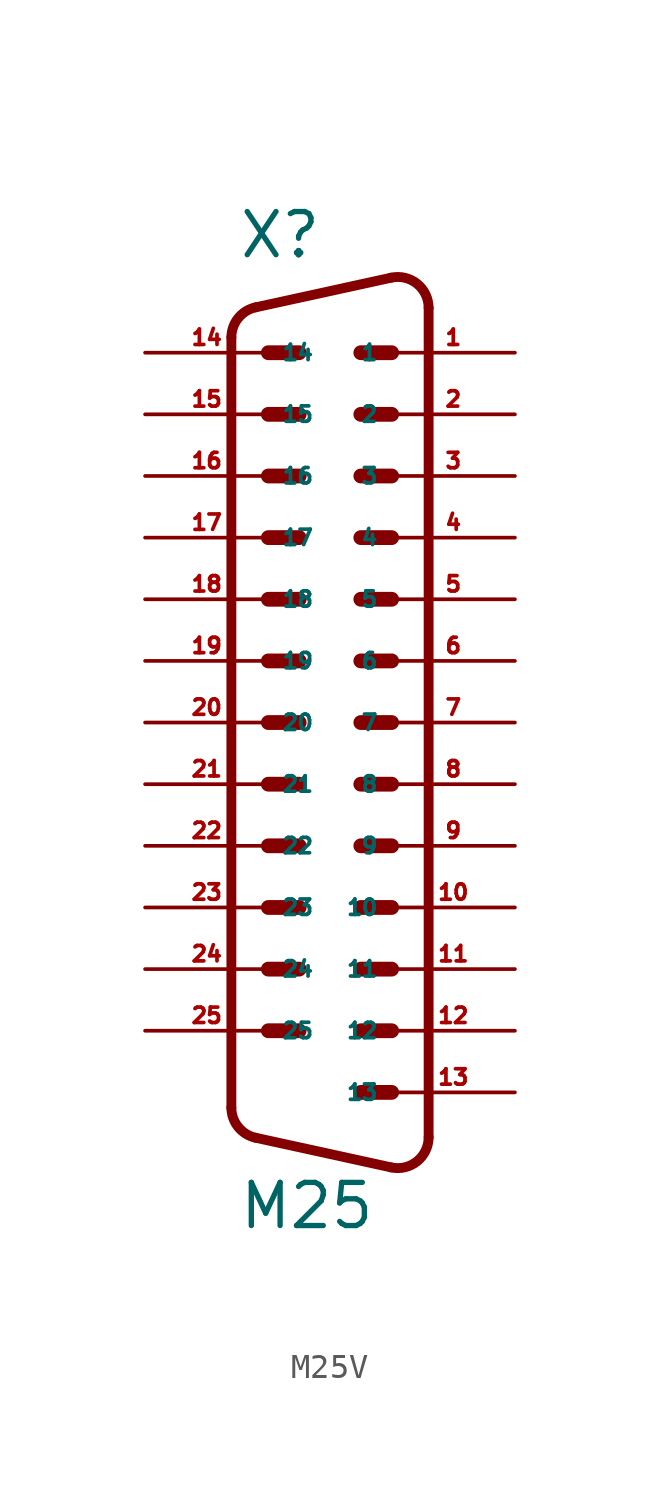
<source format=kicad_sym>
(kicad_symbol_lib
  (version 20220914)
  (generator Eagle2Kicad)
  (symbol "M25V"
    (property "Reference" "X"
      (at -3.81 16.51 0)
      (effects (font (size 1.778 1.778) (thickness 0.22)) (justify left bottom)))
    (property "Value" "M25"
      (at -3.81 -23.495 0)
      (effects (font (size 1.778 1.778) (thickness 0.22)) (justify left bottom)))
    (polyline
      (pts (xy 1.27 12.7) (xy 2.54 12.7))
      (stroke (width 0.61) (type default))
      (fill (type none)))
    (polyline
      (pts (xy -2.54 12.7) (xy -1.27 12.7))
      (stroke (width 0.61) (type default))
      (fill (type none)))
    (polyline
      (pts (xy 1.27 7.62) (xy 2.54 7.62))
      (stroke (width 0.61) (type default))
      (fill (type none)))
    (polyline
      (pts (xy -2.54 10.16) (xy -1.27 10.16))
      (stroke (width 0.61) (type default))
      (fill (type none)))
    (polyline
      (pts (xy 1.27 2.54) (xy 2.54 2.54))
      (stroke (width 0.61) (type default))
      (fill (type none)))
    (polyline
      (pts (xy -2.54 7.62) (xy -1.27 7.62))
      (stroke (width 0.61) (type default))
      (fill (type none)))
    (polyline
      (pts (xy 1.27 -2.54) (xy 2.54 -2.54))
      (stroke (width 0.61) (type default))
      (fill (type none)))
    (polyline
      (pts (xy -2.54 5.08) (xy -1.27 5.08))
      (stroke (width 0.61) (type default))
      (fill (type none)))
    (polyline
      (pts (xy 1.27 -7.62) (xy 2.54 -7.62))
      (stroke (width 0.61) (type default))
      (fill (type none)))
    (polyline
      (pts (xy -2.54 2.54) (xy -1.27 2.54))
      (stroke (width 0.61) (type default))
      (fill (type none)))
    (polyline
      (pts (xy 1.27 -12.7) (xy 2.54 -12.7))
      (stroke (width 0.61) (type default))
      (fill (type none)))
    (polyline
      (pts (xy -2.54 0) (xy -1.27 0))
      (stroke (width 0.61) (type default))
      (fill (type none)))
    (polyline
      (pts (xy 1.27 -17.78) (xy 2.54 -17.78))
      (stroke (width 0.61) (type default))
      (fill (type none)))
    (polyline
      (pts (xy -2.54 -2.54) (xy -1.27 -2.54))
      (stroke (width 0.61) (type default))
      (fill (type none)))
    (polyline
      (pts (xy 1.27 10.16) (xy 2.54 10.16))
      (stroke (width 0.61) (type default))
      (fill (type none)))
    (polyline
      (pts (xy -2.54 -5.08) (xy -1.27 -5.08))
      (stroke (width 0.61) (type default))
      (fill (type none)))
    (polyline
      (pts (xy 1.27 5.08) (xy 2.54 5.08))
      (stroke (width 0.61) (type default))
      (fill (type none)))
    (polyline
      (pts (xy -2.54 -7.62) (xy -1.27 -7.62))
      (stroke (width 0.61) (type default))
      (fill (type none)))
    (polyline
      (pts (xy 1.27 0) (xy 2.54 0))
      (stroke (width 0.61) (type default))
      (fill (type none)))
    (polyline
      (pts (xy -2.54 -10.16) (xy -1.27 -10.16))
      (stroke (width 0.61) (type default))
      (fill (type none)))
    (polyline
      (pts (xy 1.27 -5.08) (xy 2.54 -5.08))
      (stroke (width 0.61) (type default))
      (fill (type none)))
    (polyline
      (pts (xy -2.54 -12.7) (xy -1.27 -12.7))
      (stroke (width 0.61) (type default))
      (fill (type none)))
    (polyline
      (pts (xy 1.27 -10.16) (xy 2.54 -10.16))
      (stroke (width 0.61) (type default))
      (fill (type none)))
    (polyline
      (pts (xy -2.54 -15.24) (xy -1.27 -15.24))
      (stroke (width 0.61) (type default))
      (fill (type none)))
    (polyline
      (pts (xy 1.27 -15.24) (xy 2.54 -15.24))
      (stroke (width 0.61) (type default))
      (fill (type none)))
    (arc
      (start 2.5226 -20.8718)
      (mid 3.590 -20.620)
      (end 4.0637 -19.6312)
      (stroke (width 0.4064) (type default))
      (fill (type none)))
    (polyline
      (pts (xy 2.523 -20.872) (xy -3.065 -19.649))
      (stroke (width 0.406) (type default))
      (fill (type none)))
    (arc
      (start -4.064 -18.4088)
      (mid -3.783 -19.205)
      (end -3.0654 -19.6494)
      (stroke (width 0.4064) (type default))
      (fill (type none)))
    (polyline
      (pts (xy -4.064 13.329) (xy -4.064 -18.409))
      (stroke (width 0.406) (type default))
      (fill (type none)))
    (arc
      (start -3.0654 14.5694)
      (mid -3.783 14.125)
      (end -4.064 13.3288)
      (stroke (width 0.4064) (type default))
      (fill (type none)))
    (polyline
      (pts (xy 4.064 14.551) (xy 4.064 -19.631))
      (stroke (width 0.406) (type default))
      (fill (type none)))
    (polyline
      (pts (xy 2.523 15.792) (xy -3.065 14.569))
      (stroke (width 0.406) (type default))
      (fill (type none)))
    (arc
      (start 4.064 14.5512)
      (mid 3.590 15.541)
      (end 2.5226 15.7919)
      (stroke (width 0.4064) (type default))
      (fill (type none)))
    (pin passive line
      (at 7.62 12.7 180)
      (length 5.08)
      (name "1" (effects (font (size 0.635 0.635) (thickness 0.08)) (justify left bottom)))
      (number "1" (effects (font (size 0.635 0.635) (thickness 0.08)) (justify left bottom))))
    (pin passive line
      (at -7.62 12.7 0)
      (length 5.08)
      (name "14" (effects (font (size 0.635 0.635) (thickness 0.08)) (justify left bottom)))
      (number "14" (effects (font (size 0.635 0.635) (thickness 0.08)) (justify left bottom))))
    (pin passive line
      (at 7.62 10.16 180)
      (length 5.08)
      (name "2" (effects (font (size 0.635 0.635) (thickness 0.08)) (justify left bottom)))
      (number "2" (effects (font (size 0.635 0.635) (thickness 0.08)) (justify left bottom))))
    (pin passive line
      (at -7.62 10.16 0)
      (length 5.08)
      (name "15" (effects (font (size 0.635 0.635) (thickness 0.08)) (justify left bottom)))
      (number "15" (effects (font (size 0.635 0.635) (thickness 0.08)) (justify left bottom))))
    (pin passive line
      (at 7.62 7.62 180)
      (length 5.08)
      (name "3" (effects (font (size 0.635 0.635) (thickness 0.08)) (justify left bottom)))
      (number "3" (effects (font (size 0.635 0.635) (thickness 0.08)) (justify left bottom))))
    (pin passive line
      (at -7.62 7.62 0)
      (length 5.08)
      (name "16" (effects (font (size 0.635 0.635) (thickness 0.08)) (justify left bottom)))
      (number "16" (effects (font (size 0.635 0.635) (thickness 0.08)) (justify left bottom))))
    (pin passive line
      (at 7.62 5.08 180)
      (length 5.08)
      (name "4" (effects (font (size 0.635 0.635) (thickness 0.08)) (justify left bottom)))
      (number "4" (effects (font (size 0.635 0.635) (thickness 0.08)) (justify left bottom))))
    (pin passive line
      (at -7.62 5.08 0)
      (length 5.08)
      (name "17" (effects (font (size 0.635 0.635) (thickness 0.08)) (justify left bottom)))
      (number "17" (effects (font (size 0.635 0.635) (thickness 0.08)) (justify left bottom))))
    (pin passive line
      (at 7.62 2.54 180)
      (length 5.08)
      (name "5" (effects (font (size 0.635 0.635) (thickness 0.08)) (justify left bottom)))
      (number "5" (effects (font (size 0.635 0.635) (thickness 0.08)) (justify left bottom))))
    (pin passive line
      (at -7.62 2.54 0)
      (length 5.08)
      (name "18" (effects (font (size 0.635 0.635) (thickness 0.08)) (justify left bottom)))
      (number "18" (effects (font (size 0.635 0.635) (thickness 0.08)) (justify left bottom))))
    (pin passive line
      (at 7.62 0 180)
      (length 5.08)
      (name "6" (effects (font (size 0.635 0.635) (thickness 0.08)) (justify left bottom)))
      (number "6" (effects (font (size 0.635 0.635) (thickness 0.08)) (justify left bottom))))
    (pin passive line
      (at -7.62 0 0)
      (length 5.08)
      (name "19" (effects (font (size 0.635 0.635) (thickness 0.08)) (justify left bottom)))
      (number "19" (effects (font (size 0.635 0.635) (thickness 0.08)) (justify left bottom))))
    (pin passive line
      (at 7.62 -2.54 180)
      (length 5.08)
      (name "7" (effects (font (size 0.635 0.635) (thickness 0.08)) (justify left bottom)))
      (number "7" (effects (font (size 0.635 0.635) (thickness 0.08)) (justify left bottom))))
    (pin passive line
      (at -7.62 -2.54 0)
      (length 5.08)
      (name "20" (effects (font (size 0.635 0.635) (thickness 0.08)) (justify left bottom)))
      (number "20" (effects (font (size 0.635 0.635) (thickness 0.08)) (justify left bottom))))
    (pin passive line
      (at 7.62 -5.08 180)
      (length 5.08)
      (name "8" (effects (font (size 0.635 0.635) (thickness 0.08)) (justify left bottom)))
      (number "8" (effects (font (size 0.635 0.635) (thickness 0.08)) (justify left bottom))))
    (pin passive line
      (at -7.62 -5.08 0)
      (length 5.08)
      (name "21" (effects (font (size 0.635 0.635) (thickness 0.08)) (justify left bottom)))
      (number "21" (effects (font (size 0.635 0.635) (thickness 0.08)) (justify left bottom))))
    (pin passive line
      (at 7.62 -7.62 180)
      (length 5.08)
      (name "9" (effects (font (size 0.635 0.635) (thickness 0.08)) (justify left bottom)))
      (number "9" (effects (font (size 0.635 0.635) (thickness 0.08)) (justify left bottom))))
    (pin passive line
      (at -7.62 -7.62 0)
      (length 5.08)
      (name "22" (effects (font (size 0.635 0.635) (thickness 0.08)) (justify left bottom)))
      (number "22" (effects (font (size 0.635 0.635) (thickness 0.08)) (justify left bottom))))
    (pin passive line
      (at 7.62 -10.16 180)
      (length 5.08)
      (name "10" (effects (font (size 0.635 0.635) (thickness 0.08)) (justify left bottom)))
      (number "10" (effects (font (size 0.635 0.635) (thickness 0.08)) (justify left bottom))))
    (pin passive line
      (at -7.62 -10.16 0)
      (length 5.08)
      (name "23" (effects (font (size 0.635 0.635) (thickness 0.08)) (justify left bottom)))
      (number "23" (effects (font (size 0.635 0.635) (thickness 0.08)) (justify left bottom))))
    (pin passive line
      (at 7.62 -12.7 180)
      (length 5.08)
      (name "11" (effects (font (size 0.635 0.635) (thickness 0.08)) (justify left bottom)))
      (number "11" (effects (font (size 0.635 0.635) (thickness 0.08)) (justify left bottom))))
    (pin passive line
      (at -7.62 -12.7 0)
      (length 5.08)
      (name "24" (effects (font (size 0.635 0.635) (thickness 0.08)) (justify left bottom)))
      (number "24" (effects (font (size 0.635 0.635) (thickness 0.08)) (justify left bottom))))
    (pin passive line
      (at 7.62 -15.24 180)
      (length 5.08)
      (name "12" (effects (font (size 0.635 0.635) (thickness 0.08)) (justify left bottom)))
      (number "12" (effects (font (size 0.635 0.635) (thickness 0.08)) (justify left bottom))))
    (pin passive line
      (at -7.62 -15.24 0)
      (length 5.08)
      (name "25" (effects (font (size 0.635 0.635) (thickness 0.08)) (justify left bottom)))
      (number "25" (effects (font (size 0.635 0.635) (thickness 0.08)) (justify left bottom))))
    (pin passive line
      (at 7.62 -17.78 180)
      (length 5.08)
      (name "13" (effects (font (size 0.635 0.635) (thickness 0.08)) (justify left bottom)))
      (number "13" (effects (font (size 0.635 0.635) (thickness 0.08)) (justify left bottom))))))
</source>
